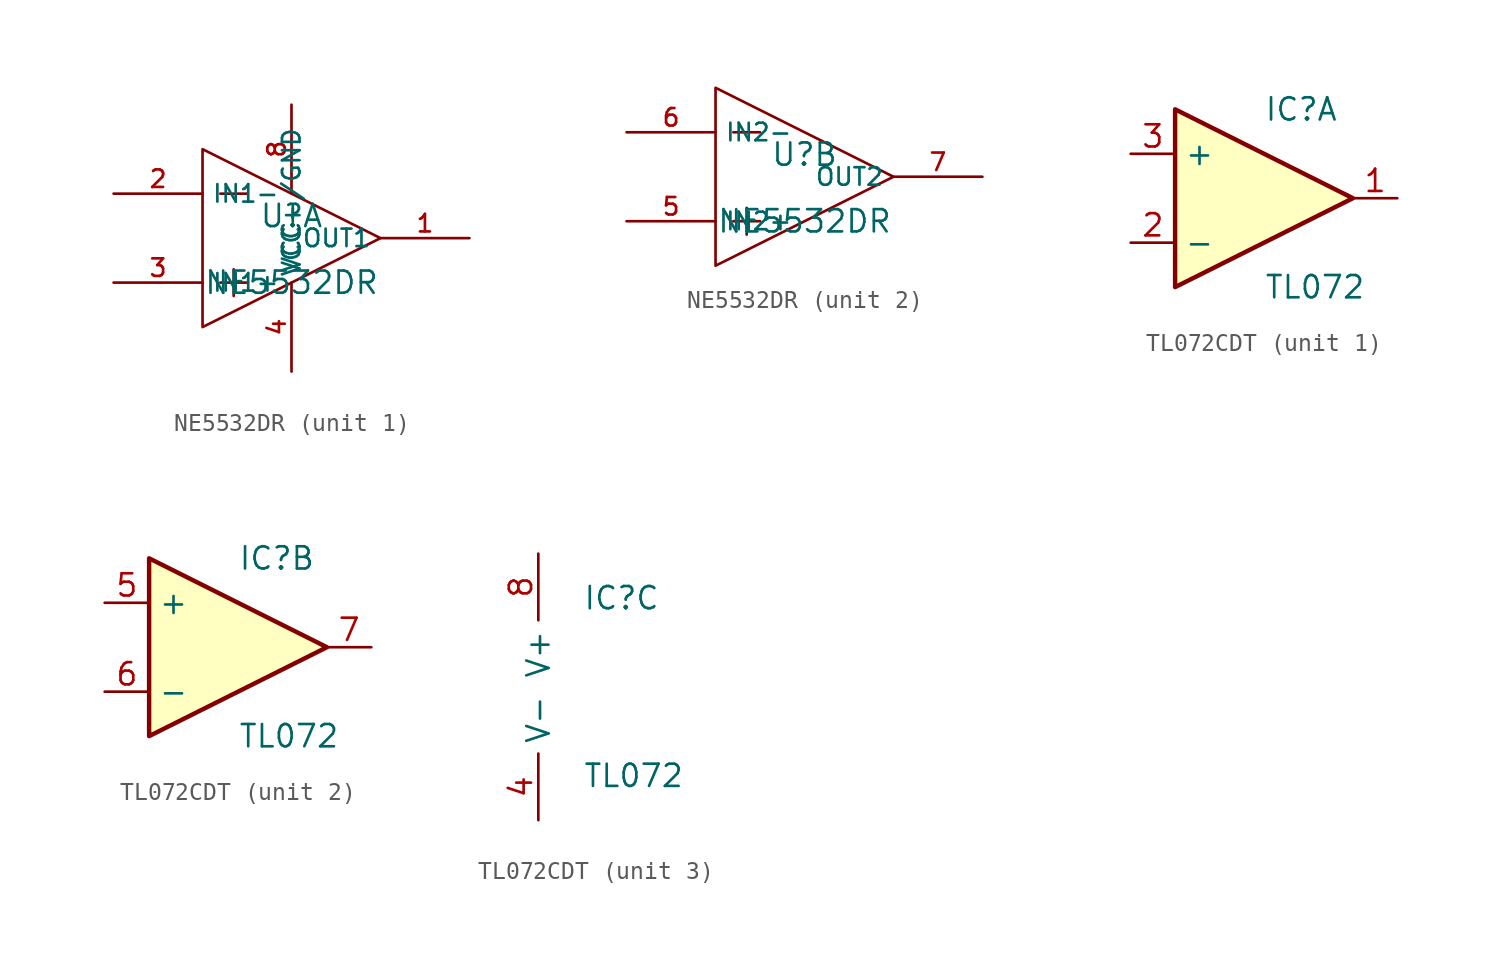
<source format=kicad_sym>
(kicad_symbol_lib
  (version 20241209)
  (generator "kicad_symbol_editor")
  (generator_version "9.0")
  (symbol "NE5532DR"
    (property "Reference" "U"
      (at 0 1.27 0)
      (effects (font (size 1.27 1.27))))
    (property "Value" "NE5532DR"
      (at 0 -2.54 0)
      (effects (font (size 1.27 1.27))))
    (symbol "NE5532DR_1_1"
      (polyline (pts (xy -5.08 -5.08) (xy 5.08 0) (xy -5.08 5.08) (xy -5.08 -5.08)) (stroke (width 0) (type default)) (fill (type none)))
      (polyline (pts (xy -4.064 2.54) (xy -2.54 2.54)) (stroke (width 0) (type default)) (fill (type none)))
      (polyline (pts (xy -4.064 -2.54) (xy -2.54 -2.54)) (stroke (width 0) (type default)) (fill (type none)))
      (polyline (pts (xy -3.302 -1.778) (xy -3.302 -3.302)) (stroke (width 0) (type default)) (fill (type none)))
      (pin unspecified line (at -10.16 2.54 0) (length 5.08) (name "IN1-" (effects (font (size 1 1)))) (number "2" (effects (font (size 1 1)))))
      (pin unspecified line (at -10.16 -2.54 0) (length 5.08) (name "IN1+" (effects (font (size 1 1)))) (number "3" (effects (font (size 1 1)))))
      (pin unspecified line (at 0 7.62 270) (length 5.08) (name "VCC+" (effects (font (size 1 1)))) (number "8" (effects (font (size 1 1)))))
      (pin unspecified line (at 0 -7.62 90) (length 5.08) (name "VCC-/GND" (effects (font (size 1 1)))) (number "4" (effects (font (size 1 1)))))
      (pin output line (at 10.16 0 180) (length 5.08) (name "OUT1" (effects (font (size 1 1)))) (number "1" (effects (font (size 1 1))))))
    (symbol "NE5532DR_2_1"
      (polyline (pts (xy -5.08 -5.08) (xy 5.08 0) (xy -5.08 5.08) (xy -5.08 -5.08)) (stroke (width 0) (type default)) (fill (type none)))
      (polyline (pts (xy -4.064 2.54) (xy -2.54 2.54)) (stroke (width 0) (type default)) (fill (type none)))
      (polyline (pts (xy -4.064 -2.54) (xy -2.54 -2.54)) (stroke (width 0) (type default)) (fill (type none)))
      (polyline (pts (xy -3.302 -1.778) (xy -3.302 -3.302)) (stroke (width 0) (type default)) (fill (type none)))
      (pin unspecified line (at -10.16 2.54 0) (length 5.08) (name "IN2-" (effects (font (size 1 1)))) (number "6" (effects (font (size 1 1)))))
      (pin unspecified line (at -10.16 -2.54 0) (length 5.08) (name "IN2+" (effects (font (size 1 1)))) (number "5" (effects (font (size 1 1)))))
      (pin output line (at 10.16 0 180) (length 5.08) (name "OUT2" (effects (font (size 1 1)))) (number "7" (effects (font (size 1 1)))))))
  (symbol "TL072CDT"
    (property "Reference" "IC"
      (at 0 5.08 0)
      (effects (font (size 1.27 1.27)) (justify left)))
    (property "Value" "TL072"
      (at 0 -5.08 0)
      (effects (font (size 1.27 1.27)) (justify left)))
    (property "ki_locked" ""
      (at 0 0 0)
      (effects (font (size 1.27 1.27))))
    (symbol "TL072CDT_1_1"
      (polyline (pts (xy -5.08 5.08) (xy 5.08 0) (xy -5.08 -5.08) (xy -5.08 5.08)) (stroke (width 0.254) (type default)) (fill (type background)))
      (pin input line (at -7.62 2.54 0) (length 2.54) (name "+" (effects (font (size 1.27 1.27)))) (number "3" (effects (font (size 1.27 1.27)))))
      (pin input line (at -7.62 -2.54 0) (length 2.54) (name "-" (effects (font (size 1.27 1.27)))) (number "2" (effects (font (size 1.27 1.27)))))
      (pin output line (at 7.62 0 180) (length 2.54) (name "~" (effects (font (size 1.27 1.27)))) (number "1" (effects (font (size 1.27 1.27))))))
    (symbol "TL072CDT_2_1"
      (polyline (pts (xy -5.08 5.08) (xy 5.08 0) (xy -5.08 -5.08) (xy -5.08 5.08)) (stroke (width 0.254) (type default)) (fill (type background)))
      (pin input line (at -7.62 2.54 0) (length 2.54) (name "+" (effects (font (size 1.27 1.27)))) (number "5" (effects (font (size 1.27 1.27)))))
      (pin input line (at -7.62 -2.54 0) (length 2.54) (name "-" (effects (font (size 1.27 1.27)))) (number "6" (effects (font (size 1.27 1.27)))))
      (pin output line (at 7.62 0 180) (length 2.54) (name "~" (effects (font (size 1.27 1.27)))) (number "7" (effects (font (size 1.27 1.27))))))
    (symbol "TL072CDT_3_1"
      (pin power_in line (at -2.54 7.62 270) (length 3.81) (name "V+" (effects (font (size 1.27 1.27)))) (number "8" (effects (font (size 1.27 1.27)))))
      (pin power_in line (at -2.54 -7.62 90) (length 3.81) (name "V-" (effects (font (size 1.27 1.27)))) (number "4" (effects (font (size 1.27 1.27))))))))
</source>
